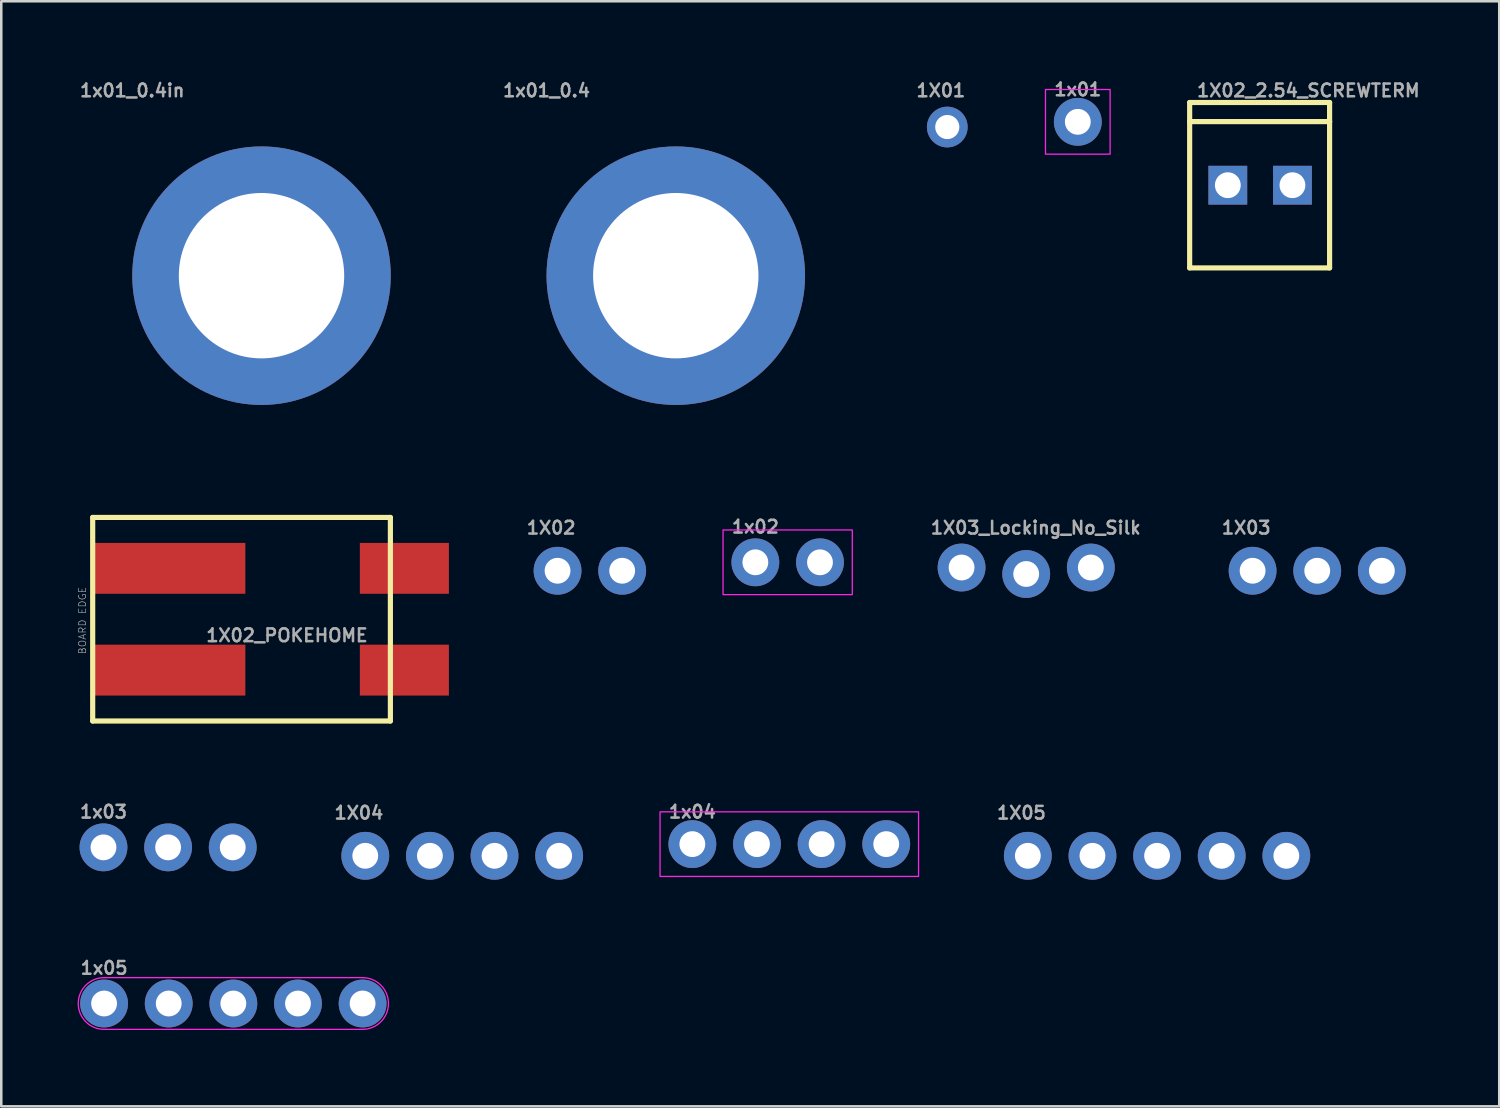
<source format=kicad_pcb>
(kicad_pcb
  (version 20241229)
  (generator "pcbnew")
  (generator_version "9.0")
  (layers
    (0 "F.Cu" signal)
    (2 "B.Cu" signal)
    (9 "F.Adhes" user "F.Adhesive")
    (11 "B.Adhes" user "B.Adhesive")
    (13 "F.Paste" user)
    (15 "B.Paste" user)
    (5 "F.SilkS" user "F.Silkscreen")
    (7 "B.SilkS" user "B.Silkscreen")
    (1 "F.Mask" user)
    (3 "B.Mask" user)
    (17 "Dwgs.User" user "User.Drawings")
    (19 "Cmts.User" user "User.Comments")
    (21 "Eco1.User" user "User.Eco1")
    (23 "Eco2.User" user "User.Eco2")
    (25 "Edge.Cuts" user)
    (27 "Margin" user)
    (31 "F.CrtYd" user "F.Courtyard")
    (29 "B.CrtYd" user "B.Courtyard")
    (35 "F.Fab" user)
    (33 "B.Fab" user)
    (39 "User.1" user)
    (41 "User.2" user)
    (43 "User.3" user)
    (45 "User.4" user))
  (footprint "1X04"
    (layer "F.Cu")
    (at 11.306 30.585)
    (property "Reference" "1X04" (at -1.27 -1.397 0) (layer "F.Fab") (effects (font (size 0.5 0.5) (thickness 0.1)) (justify left bottom)))
    (fp_poly (pts (xy -0.254 0.254) (xy 0.254 0.254) (xy 0.254 -0.254) (xy -0.254 -0.254)) (stroke (width 0.1) (type default)) (fill no) (layer "F.Fab"))
    (fp_poly (pts (xy 2.286 0.254) (xy 2.794 0.254) (xy 2.794 -0.254) (xy 2.286 -0.254)) (stroke (width 0.1) (type default)) (fill no) (layer "F.Fab"))
    (fp_poly (pts (xy 4.826 0.254) (xy 5.334 0.254) (xy 5.334 -0.254) (xy 4.826 -0.254)) (stroke (width 0.1) (type default)) (fill no) (layer "F.Fab"))
    (fp_poly (pts (xy 7.366 0.254) (xy 7.874 0.254) (xy 7.874 -0.254) (xy 7.366 -0.254)) (stroke (width 0.1) (type default)) (fill no) (layer "F.Fab"))
    (pad "1" thru_hole circle (at 0 0 90) (size 1.88 1.88) (drill 1.016) (layers "*.Cu" "*.Mask"))
    (pad "2" thru_hole circle (at 2.54 0 90) (size 1.88 1.88) (drill 1.016) (layers "*.Cu" "*.Mask"))
    (pad "3" thru_hole circle (at 5.08 0 90) (size 1.88 1.88) (drill 1.016) (layers "*.Cu" "*.Mask"))
    (pad "4" thru_hole circle (at 7.62 0 90) (size 1.88 1.88) (drill 1.016) (layers "*.Cu" "*.Mask")))
  (footprint "1X02"
    (layer "F.Cu")
    (at 18.863 19.382)
    (property "Reference" "1X02" (at -1.27 -1.397 0) (layer "F.Fab") (effects (font (size 0.5 0.5) (thickness 0.1)) (justify left bottom)))
    (fp_poly (pts (xy -0.254 0.254) (xy 0.254 0.254) (xy 0.254 -0.254) (xy -0.254 -0.254)) (stroke (width 0.1) (type default)) (fill no) (layer "F.Fab"))
    (fp_poly (pts (xy 2.286 0.254) (xy 2.794 0.254) (xy 2.794 -0.254) (xy 2.286 -0.254)) (stroke (width 0.1) (type default)) (fill no) (layer "F.Fab"))
    (pad "1" thru_hole circle (at 0 0 90) (size 1.88 1.88) (drill 1.016) (layers "*.Cu" "*.Mask"))
    (pad "2" thru_hole circle (at 2.54 0 90) (size 1.88 1.88) (drill 1.016) (layers "*.Cu" "*.Mask")))
  (footprint "1x04"
    (layer "F.Cu")
    (at 24.161 30.126)
    (property "Reference" "1x04" (at 0 -1.27 0) (layer "F.Fab") (effects (font (size 0.5 0.5) (thickness 0.1))))
    (fp_rect (start -1.27 -1.27) (end 8.89 1.27) (stroke (width 0.05) (type default)) (fill no) (layer "F.CrtYd"))
    (fp_poly (pts (xy -0.254 0.254) (xy 0.254 0.254) (xy 0.254 -0.254) (xy -0.254 -0.254)) (stroke (width 0.1) (type default)) (fill no) (layer "F.Fab"))
    (fp_poly (pts (xy 2.286 0.254) (xy 2.794 0.254) (xy 2.794 -0.254) (xy 2.286 -0.254)) (stroke (width 0.1) (type default)) (fill no) (layer "F.Fab"))
    (fp_poly (pts (xy 4.826 0.254) (xy 5.334 0.254) (xy 5.334 -0.254) (xy 4.826 -0.254)) (stroke (width 0.1) (type default)) (fill no) (layer "F.Fab"))
    (fp_poly (pts (xy 7.366 0.254) (xy 7.874 0.254) (xy 7.874 -0.254) (xy 7.366 -0.254)) (stroke (width 0.1) (type default)) (fill no) (layer "F.Fab"))
    (pad "1" thru_hole circle (at 0 0 90) (size 1.88 1.88) (drill 1.016) (layers "*.Cu" "*.Mask") (remove_unused_layers yes) (keep_end_layers yes) (zone_layer_connections))
    (pad "2" thru_hole circle (at 2.54 0 90) (size 1.88 1.88) (drill 1.016) (layers "*.Cu" "*.Mask") (remove_unused_layers yes) (keep_end_layers yes) (zone_layer_connections))
    (pad "3" thru_hole circle (at 5.08 0 90) (size 1.88 1.88) (drill 1.016) (layers "*.Cu" "*.Mask") (remove_unused_layers yes) (keep_end_layers yes) (zone_layer_connections))
    (pad "4" thru_hole circle (at 7.62 0 90) (size 1.88 1.88) (drill 1.016) (layers "*.Cu" "*.Mask") (remove_unused_layers yes) (keep_end_layers yes) (zone_layer_connections)))
  (footprint "1X02_POKEHOME"
    (layer "F.Cu")
    (at 7.593 21.287)
    (property "Reference" "1X02_POKEHOME" (at 0.635 0.635 0) (layer "F.Fab") (effects (font (size 0.5 0.5) (thickness 0.1))))
    (fp_line (start -7 -4) (end 4.7 -4) (stroke (width 0.203) (type solid)) (layer "F.SilkS"))
    (fp_line (start -7 4) (end -7 -4) (stroke (width 0.203) (type solid)) (layer "F.SilkS"))
    (fp_line (start 4.7 -4) (end 4.7 4) (stroke (width 0.203) (type solid)) (layer "F.SilkS"))
    (fp_line (start 4.7 4) (end -7 4) (stroke (width 0.203) (type solid)) (layer "F.SilkS"))
    (fp_text user "BOARD EDGE" (at -7.239 1.397 90) (layer "F.Fab") (effects (font (size 0.28 0.28) (thickness 0.024)) (justify left bottom)))
    (pad "P1" smd rect (at 5.25 -2) (size 3.5 2) (layers "F.Cu" "F.Mask" "F.Paste"))
    (pad "P2" smd rect (at 5.25 2) (size 3.5 2) (layers "F.Cu" "F.Mask" "F.Paste"))
    (pad "P3" smd rect (at -4 -2) (size 6 2) (layers "F.Cu" "F.Mask" "F.Paste"))
    (pad "P4" smd rect (at -4 2) (size 6 2) (layers "F.Cu" "F.Mask" "F.Paste")))
  (footprint "1x01_0.4in"
    (layer "F.Cu")
    (at 7.228 7.785)
    (property "Reference" "1x01_0.4in" (at -5.08 -6.985 0) (layer "F.Fab") (effects (font (size 0.5 0.5) (thickness 0.1)) (justify bottom)))
    (attr smd)
    (fp_poly (pts (xy -6.35 -6.35) (xy 6.35 -6.35) (xy 6.35 6.35) (xy -6.35 6.35)) (stroke (width 0.1) (type solid)) (fill yes) (layer "F.Mask"))
    (fp_poly (pts (xy -6.35 -6.35) (xy 6.35 -6.35) (xy 6.35 6.35) (xy -6.35 6.35)) (stroke (width 0.1) (type solid)) (fill yes) (layer "B.Mask"))
    (pad "1" thru_hole circle (at 0 0) (size 10.16 10.16) (drill 6.5) (layers "*.Cu" "*.Mask")))
  (footprint "1X02_2.54_SCREWTERM"
    (layer "F.Cu")
    (at 45.206 4.229)
    (property "Reference" "1X02_2.54_SCREWTERM" (at -1.27 -3.429 0) (layer "F.Fab") (effects (font (size 0.5 0.5) (thickness 0.1)) (justify left bottom)))
    (fp_line (start -1.5 -3.25) (end 4 -3.25) (stroke (width 0.203) (type solid)) (layer "F.SilkS"))
    (fp_line (start -1.5 -2.5) (end -1.5 -3.25) (stroke (width 0.203) (type solid)) (layer "F.SilkS"))
    (fp_line (start -1.5 -2.5) (end 4 -2.5) (stroke (width 0.203) (type solid)) (layer "F.SilkS"))
    (fp_line (start -1.5 3.25) (end -1.5 -2.5) (stroke (width 0.203) (type solid)) (layer "F.SilkS"))
    (fp_line (start 4 -3.25) (end 4 -2.5) (stroke (width 0.203) (type solid)) (layer "F.SilkS"))
    (fp_line (start 4 -2.5) (end 4 3.25) (stroke (width 0.203) (type solid)) (layer "F.SilkS"))
    (fp_line (start 4 3.25) (end -1.5 3.25) (stroke (width 0.203) (type solid)) (layer "F.SilkS"))
    (pad "P1" thru_hole rect (at 2.54 0) (size 1.524 1.524) (drill 1.016) (layers "*.Cu" "*.Mask"))
    (pad "P2" thru_hole rect (at 0 0) (size 1.524 1.524) (drill 1.016) (layers "*.Cu" "*.Mask")))
  (footprint "1X01"
    (layer "F.Cu")
    (at 34.18 1.943)
    (property "Reference" "1X01" (at -1.27 -1.143 0) (layer "F.Fab") (effects (font (size 0.5 0.5) (thickness 0.1)) (justify left bottom)))
    (fp_poly (pts (xy -0.254 0.254) (xy 0.254 0.254) (xy 0.254 -0.254) (xy -0.254 -0.254)) (stroke (width 0.1) (type default)) (fill no) (layer "F.Fab"))
    (pad "1" thru_hole circle (at 0 0 90) (size 1.6 1.6) (drill 0.95) (layers "*.Cu" "*.Mask")))
  (footprint "1x01"
    (layer "F.Cu")
    (at 39.31 1.738)
    (property "Reference" "1x01" (at 0 -1.27 0) (layer "F.Fab") (effects (font (size 0.5 0.5) (thickness 0.1))))
    (fp_rect (start -1.27 -1.27) (end 1.27 1.27) (stroke (width 0.05) (type default)) (fill no) (layer "F.CrtYd"))
    (fp_poly (pts (xy -0.254 0.254) (xy 0.254 0.254) (xy 0.254 -0.254) (xy -0.254 -0.254)) (stroke (width 0.1) (type default)) (fill no) (layer "F.Fab"))
    (pad "1" thru_hole circle (at 0 0 90) (size 1.88 1.88) (drill 1.016) (layers "*.Cu" "*.Mask") (remove_unused_layers yes) (keep_end_layers yes) (zone_layer_connections)))
  (footprint "1x05"
    (layer "F.Cu")
    (at 1.041 36.39)
    (property "Reference" "1x05" (at 0 -1.397 0) (layer "F.Fab") (effects (font (size 0.5 0.5) (thickness 0.1))))
    (fp_line (start 10.16 -1.016) (end 0 -1.016) (stroke (width 0.05) (type default)) (layer "F.CrtYd"))
    (fp_line (start 10.16 1.016) (end 0 1.016) (stroke (width 0.05) (type default)) (layer "F.CrtYd"))
    (fp_arc (start 0 1.016) (mid -1.016 0) (end 0 -1.016) (stroke (width 0.05) (type default)) (layer "F.CrtYd"))
    (fp_arc (start 10.16 -1.016) (mid 11.176 0) (end 10.16 1.016) (stroke (width 0.05) (type default)) (layer "F.CrtYd"))
    (fp_poly (pts (xy -0.254 0.254) (xy 0.254 0.254) (xy 0.254 -0.254) (xy -0.254 -0.254)) (stroke (width 0.1) (type default)) (fill no) (layer "F.Fab"))
    (fp_poly (pts (xy 2.286 0.254) (xy 2.794 0.254) (xy 2.794 -0.254) (xy 2.286 -0.254)) (stroke (width 0.1) (type default)) (fill no) (layer "F.Fab"))
    (fp_poly (pts (xy 4.826 0.254) (xy 5.334 0.254) (xy 5.334 -0.254) (xy 4.826 -0.254)) (stroke (width 0.1) (type default)) (fill no) (layer "F.Fab"))
    (fp_poly (pts (xy 7.366 0.254) (xy 7.874 0.254) (xy 7.874 -0.254) (xy 7.366 -0.254)) (stroke (width 0.1) (type default)) (fill no) (layer "F.Fab"))
    (fp_poly (pts (xy 9.906 0.254) (xy 10.414 0.254) (xy 10.414 -0.254) (xy 9.906 -0.254)) (stroke (width 0.1) (type default)) (fill no) (layer "F.Fab"))
    (pad "1" thru_hole circle (at 0 0 90) (size 1.88 1.88) (drill 1.016) (layers "*.Cu" "*.Mask"))
    (pad "2" thru_hole circle (at 2.54 0 90) (size 1.88 1.88) (drill 1.016) (layers "*.Cu" "*.Mask"))
    (pad "3" thru_hole circle (at 5.08 0 90) (size 1.88 1.88) (drill 1.016) (layers "*.Cu" "*.Mask"))
    (pad "4" thru_hole circle (at 7.62 0 90) (size 1.88 1.88) (drill 1.016) (layers "*.Cu" "*.Mask"))
    (pad "5" thru_hole circle (at 10.16 0 90) (size 1.88 1.88) (drill 1.016) (layers "*.Cu" "*.Mask")))
  (footprint "1x03"
    (layer "F.Cu")
    (at 1.017 30.253)
    (property "Reference" "1x03" (at 0 -1.397 0) (layer "F.Fab") (effects (font (size 0.5 0.5) (thickness 0.1))))
    (fp_poly (pts (xy -0.254 0.254) (xy 0.254 0.254) (xy 0.254 -0.254) (xy -0.254 -0.254)) (stroke (width 0.1) (type default)) (fill no) (layer "F.Fab"))
    (fp_poly (pts (xy 2.286 0.254) (xy 2.794 0.254) (xy 2.794 -0.254) (xy 2.286 -0.254)) (stroke (width 0.1) (type default)) (fill no) (layer "F.Fab"))
    (fp_poly (pts (xy 4.826 0.254) (xy 5.334 0.254) (xy 5.334 -0.254) (xy 4.826 -0.254)) (stroke (width 0.1) (type default)) (fill no) (layer "F.Fab"))
    (pad "1" thru_hole circle (at 0 0 90) (size 1.88 1.88) (drill 1.016) (layers "*.Cu" "*.Mask"))
    (pad "2" thru_hole circle (at 2.54 0 90) (size 1.88 1.88) (drill 1.016) (layers "*.Cu" "*.Mask"))
    (pad "3" thru_hole circle (at 5.08 0 90) (size 1.88 1.88) (drill 1.016) (layers "*.Cu" "*.Mask")))
  (footprint "1X03"
    (layer "F.Cu")
    (at 46.18 19.382)
    (property "Reference" "1X03" (at -1.27 -1.397 0) (layer "F.Fab") (effects (font (size 0.5 0.5) (thickness 0.1)) (justify left bottom)))
    (fp_poly (pts (xy -0.254 0.254) (xy 0.254 0.254) (xy 0.254 -0.254) (xy -0.254 -0.254)) (stroke (width 0.1) (type default)) (fill no) (layer "F.Fab"))
    (fp_poly (pts (xy 2.286 0.254) (xy 2.794 0.254) (xy 2.794 -0.254) (xy 2.286 -0.254)) (stroke (width 0.1) (type default)) (fill no) (layer "F.Fab"))
    (fp_poly (pts (xy 4.826 0.254) (xy 5.334 0.254) (xy 5.334 -0.254) (xy 4.826 -0.254)) (stroke (width 0.1) (type default)) (fill no) (layer "F.Fab"))
    (pad "1" thru_hole circle (at 0 0 90) (size 1.88 1.88) (drill 1.016) (layers "*.Cu" "*.Mask"))
    (pad "2" thru_hole circle (at 2.54 0 90) (size 1.88 1.88) (drill 1.016) (layers "*.Cu" "*.Mask"))
    (pad "3" thru_hole circle (at 5.08 0 90) (size 1.88 1.88) (drill 1.016) (layers "*.Cu" "*.Mask")))
  (footprint "1x01_0.4"
    (layer "F.Cu")
    (at 23.51 7.785)
    (property "Reference" "1x01_0.4" (at -5.08 -6.985 0) (layer "F.Fab") (effects (font (size 0.5 0.5) (thickness 0.1)) (justify bottom)))
    (attr smd)
    (fp_poly (pts (xy -6.35 -6.35) (xy 6.35 -6.35) (xy 6.35 6.35) (xy -6.35 6.35)) (stroke (width 0.1) (type solid)) (fill yes) (layer "F.Mask"))
    (fp_poly (pts (xy -6.35 -6.35) (xy 6.35 -6.35) (xy 6.35 6.35) (xy -6.35 6.35)) (stroke (width 0.1) (type solid)) (fill yes) (layer "B.Mask"))
    (pad "1" thru_hole circle (at 0 0) (size 10.16 10.16) (drill 6.5) (layers "*.Cu" "*.Mask")))
  (footprint "1X05"
    (layer "F.Cu")
    (at 37.346 30.585)
    (property "Reference" "1X05" (at -1.27 -1.397 0) (layer "F.Fab") (effects (font (size 0.5 0.5) (thickness 0.1)) (justify left bottom)))
    (fp_poly (pts (xy -0.254 0.254) (xy 0.254 0.254) (xy 0.254 -0.254) (xy -0.254 -0.254)) (stroke (width 0.1) (type default)) (fill no) (layer "F.Fab"))
    (fp_poly (pts (xy 2.286 0.254) (xy 2.794 0.254) (xy 2.794 -0.254) (xy 2.286 -0.254)) (stroke (width 0.1) (type default)) (fill no) (layer "F.Fab"))
    (fp_poly (pts (xy 4.826 0.254) (xy 5.334 0.254) (xy 5.334 -0.254) (xy 4.826 -0.254)) (stroke (width 0.1) (type default)) (fill no) (layer "F.Fab"))
    (fp_poly (pts (xy 7.366 0.254) (xy 7.874 0.254) (xy 7.874 -0.254) (xy 7.366 -0.254)) (stroke (width 0.1) (type default)) (fill no) (layer "F.Fab"))
    (fp_poly (pts (xy 9.906 0.254) (xy 10.414 0.254) (xy 10.414 -0.254) (xy 9.906 -0.254)) (stroke (width 0.1) (type default)) (fill no) (layer "F.Fab"))
    (pad "1" thru_hole circle (at 0 0 90) (size 1.88 1.88) (drill 1.016) (layers "*.Cu" "*.Mask"))
    (pad "2" thru_hole circle (at 2.54 0 90) (size 1.88 1.88) (drill 1.016) (layers "*.Cu" "*.Mask"))
    (pad "3" thru_hole circle (at 5.08 0 90) (size 1.88 1.88) (drill 1.016) (layers "*.Cu" "*.Mask"))
    (pad "4" thru_hole circle (at 7.62 0 90) (size 1.88 1.88) (drill 1.016) (layers "*.Cu" "*.Mask"))
    (pad "5" thru_hole circle (at 10.16 0 90) (size 1.88 1.88) (drill 1.016) (layers "*.Cu" "*.Mask")))
  (footprint "1x02"
    (layer "F.Cu")
    (at 26.637 19.05)
    (property "Reference" "1x02" (at 0 -1.397 0) (layer "F.Fab") (effects (font (size 0.5 0.5) (thickness 0.1))))
    (fp_rect (start -1.27 -1.27) (end 3.81 1.27) (stroke (width 0.05) (type default)) (fill no) (layer "F.CrtYd"))
    (fp_poly (pts (xy -0.254 0.254) (xy 0.254 0.254) (xy 0.254 -0.254) (xy -0.254 -0.254)) (stroke (width 0.1) (type default)) (fill no) (layer "F.Fab"))
    (fp_poly (pts (xy 2.286 0.254) (xy 2.794 0.254) (xy 2.794 -0.254) (xy 2.286 -0.254)) (stroke (width 0.1) (type default)) (fill no) (layer "F.Fab"))
    (pad "1" thru_hole circle (at 0 0 90) (size 1.88 1.88) (drill 1.016) (layers "*.Cu" "*.Mask") (remove_unused_layers yes) (keep_end_layers yes) (zone_layer_connections))
    (pad "2" thru_hole circle (at 2.54 0 90) (size 1.88 1.88) (drill 1.016) (layers "*.Cu" "*.Mask") (remove_unused_layers yes) (keep_end_layers yes) (zone_layer_connections)))
  (footprint "1X03_Locking_No_Silk"
    (layer "F.Cu")
    (at 34.742 19.382)
    (property "Reference" "1X03_Locking_No_Silk" (at -1.27 -1.397 0) (layer "F.Fab") (effects (font (size 0.5 0.5) (thickness 0.1)) (justify left bottom)))
    (fp_poly (pts (xy -0.254 0.254) (xy 0.254 0.254) (xy 0.254 -0.254) (xy -0.254 -0.254)) (stroke (width 0.1) (type default)) (fill no) (layer "F.Fab"))
    (fp_poly (pts (xy 2.286 0.254) (xy 2.794 0.254) (xy 2.794 -0.254) (xy 2.286 -0.254)) (stroke (width 0.1) (type default)) (fill no) (layer "F.Fab"))
    (fp_poly (pts (xy 4.826 0.254) (xy 5.334 0.254) (xy 5.334 -0.254) (xy 4.826 -0.254)) (stroke (width 0.1) (type default)) (fill no) (layer "F.Fab"))
    (pad "1" thru_hole circle (at 0 -0.127 90) (size 1.88 1.88) (drill 1.016) (layers "*.Cu" "*.Mask"))
    (pad "2" thru_hole circle (at 2.54 0.127 90) (size 1.88 1.88) (drill 1.016) (layers "*.Cu" "*.Mask"))
    (pad "3" thru_hole circle (at 5.08 -0.127 90) (size 1.88 1.88) (drill 1.016) (layers "*.Cu" "*.Mask")))
  (gr_rect
    (start -3 -3)
    (end 55.874 40.431)
    (stroke (width 0.1) (type default))
    (fill no)
    (layer "Edge.Cuts")))
</source>
